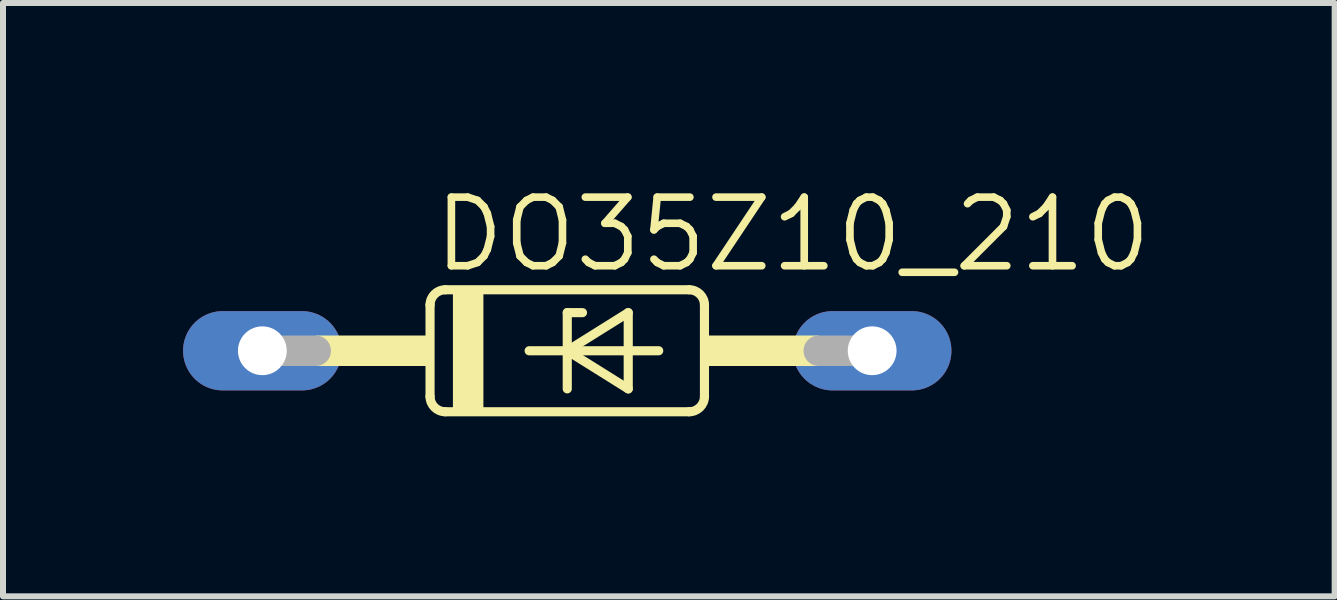
<source format=kicad_pcb>
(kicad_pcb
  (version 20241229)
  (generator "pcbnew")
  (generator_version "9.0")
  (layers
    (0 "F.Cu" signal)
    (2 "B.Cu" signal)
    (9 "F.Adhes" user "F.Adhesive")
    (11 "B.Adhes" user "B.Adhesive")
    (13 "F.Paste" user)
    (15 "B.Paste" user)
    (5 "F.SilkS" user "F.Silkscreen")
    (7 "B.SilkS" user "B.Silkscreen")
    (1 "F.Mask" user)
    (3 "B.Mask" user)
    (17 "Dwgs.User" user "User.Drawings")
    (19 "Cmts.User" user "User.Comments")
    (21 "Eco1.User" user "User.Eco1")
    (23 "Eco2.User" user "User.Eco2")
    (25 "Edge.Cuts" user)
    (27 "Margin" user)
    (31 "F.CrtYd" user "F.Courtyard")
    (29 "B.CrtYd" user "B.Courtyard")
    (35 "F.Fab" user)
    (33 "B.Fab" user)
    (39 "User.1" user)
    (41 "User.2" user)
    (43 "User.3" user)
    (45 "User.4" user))
  (footprint "DO35Z10_210"
    (layer "F.Cu")
    (at 6.401 2.794)
    (property "Reference" "DO35Z10_210" (at -2.286 -1.27 0) (layer "F.SilkS") (effects (font (size 1.143 1.143) (thickness 0.127)) (justify left bottom)))
    (fp_line (start -2.286 -0.762) (end -2.286 0.762) (stroke (width 0.152) (type solid)) (layer "F.SilkS"))
    (fp_line (start -2.032 -1.016) (end 2.032 -1.016) (stroke (width 0.152) (type solid)) (layer "F.SilkS"))
    (fp_line (start -2.032 1.016) (end 2.032 1.016) (stroke (width 0.152) (type solid)) (layer "F.SilkS"))
    (fp_line (start -0.635 0) (end 0 0) (stroke (width 0.152) (type solid)) (layer "F.SilkS"))
    (fp_line (start 0 -0.635) (end 0 0) (stroke (width 0.152) (type solid)) (layer "F.SilkS"))
    (fp_line (start 0 0) (end 0 0.635) (stroke (width 0.152) (type solid)) (layer "F.SilkS"))
    (fp_line (start 0 0) (end 1.016 -0.635) (stroke (width 0.152) (type solid)) (layer "F.SilkS"))
    (fp_line (start 0 0) (end 1.524 0) (stroke (width 0.152) (type solid)) (layer "F.SilkS"))
    (fp_line (start 0.254 -0.635) (end 0 -0.635) (stroke (width 0.152) (type solid)) (layer "F.SilkS"))
    (fp_line (start 1.016 -0.635) (end 1.016 0.635) (stroke (width 0.152) (type solid)) (layer "F.SilkS"))
    (fp_line (start 1.016 0.635) (end 0 0) (stroke (width 0.152) (type solid)) (layer "F.SilkS"))
    (fp_line (start 2.286 -0.762) (end 2.286 0.762) (stroke (width 0.152) (type solid)) (layer "F.SilkS"))
    (fp_arc (start -2.286 -0.762) (mid -2.211605 -0.941605) (end -2.032 -1.016) (stroke (width 0.1524) (type solid)) (layer "F.SilkS"))
    (fp_arc (start -2.032 1.016) (mid -2.211605 0.941605) (end -2.286 0.762) (stroke (width 0.1524) (type solid)) (layer "F.SilkS"))
    (fp_arc (start 2.032 -1.016) (mid 2.211605 -0.941605) (end 2.286 -0.762) (stroke (width 0.1524) (type solid)) (layer "F.SilkS"))
    (fp_arc (start 2.286 0.762) (mid 2.211605 0.941605) (end 2.032 1.016) (stroke (width 0.1524) (type solid)) (layer "F.SilkS"))
    (fp_poly (pts (xy -4.191 0.254) (xy -2.286 0.254) (xy -2.286 -0.254) (xy -4.191 -0.254)) (stroke (width 0) (type default)) (fill yes) (layer "F.SilkS"))
    (fp_poly (pts (xy -1.905 1.016) (xy -1.397 1.016) (xy -1.397 -1.016) (xy -1.905 -1.016)) (stroke (width 0) (type default)) (fill yes) (layer "F.SilkS"))
    (fp_poly (pts (xy 2.286 0.254) (xy 4.191 0.254) (xy 4.191 -0.254) (xy 2.286 -0.254)) (stroke (width 0) (type default)) (fill yes) (layer "F.SilkS"))
    (fp_line (start -5.08 0) (end -4.191 0) (stroke (width 0.508) (type solid)) (layer "F.Fab"))
    (fp_line (start 5.08 0) (end 4.191 0) (stroke (width 0.508) (type solid)) (layer "F.Fab"))
    (pad "A" thru_hole oval (at 5.08 0) (size 2.642 1.321) (drill 0.813) (layers "*.Cu" "*.Mask"))
    (pad "C" thru_hole oval (at -5.08 0) (size 2.642 1.321) (drill 0.813) (layers "*.Cu" "*.Mask")))
  (gr_rect
    (start -3 -3)
    (end 19.187 6.886)
    (stroke (width 0.1) (type default))
    (fill no)
    (layer "Edge.Cuts")))
</source>
